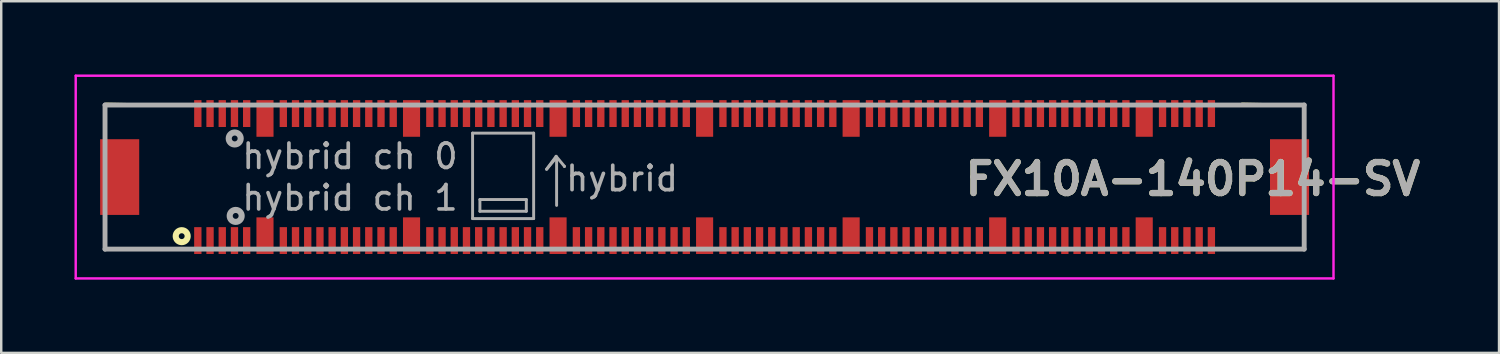
<source format=kicad_pcb>
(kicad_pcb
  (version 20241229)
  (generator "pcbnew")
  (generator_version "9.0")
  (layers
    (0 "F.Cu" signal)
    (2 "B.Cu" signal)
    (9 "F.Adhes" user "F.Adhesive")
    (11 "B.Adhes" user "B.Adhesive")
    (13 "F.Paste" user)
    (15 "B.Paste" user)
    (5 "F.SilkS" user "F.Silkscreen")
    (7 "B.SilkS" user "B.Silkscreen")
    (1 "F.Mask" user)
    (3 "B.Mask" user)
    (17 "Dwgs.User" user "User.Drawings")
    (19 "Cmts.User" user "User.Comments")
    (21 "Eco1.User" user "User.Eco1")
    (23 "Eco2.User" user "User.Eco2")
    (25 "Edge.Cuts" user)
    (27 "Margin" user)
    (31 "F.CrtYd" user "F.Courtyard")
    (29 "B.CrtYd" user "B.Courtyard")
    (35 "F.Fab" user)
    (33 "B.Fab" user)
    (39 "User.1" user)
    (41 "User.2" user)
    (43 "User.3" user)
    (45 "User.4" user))
  (footprint "FX10A-140P14-SV"
    (layer "F.Cu")
    (at 25.8 4.2)
    (property "Reference" "FX10A-140P14-SV" (at 19.99 0.08 0) (layer "F.SilkS") (effects (font (size 1.27 1.27) (thickness 0.254))))
    (attr through_hole)
    (fp_line (start -24.5 -3) (end -22 -2.95) (stroke (width 0.1) (type solid)) (layer "F.SilkS"))
    (fp_line (start -24.5 2.95) (end -22 2.95) (stroke (width 0.1) (type solid)) (layer "F.SilkS"))
    (fp_line (start 22 -3) (end 24.5 -2.95) (stroke (width 0.1) (type solid)) (layer "F.SilkS"))
    (fp_line (start 22 2.95) (end 24.55 2.95) (stroke (width 0.1) (type solid)) (layer "F.SilkS"))
    (fp_circle (center -21.41 2.42) (end -21.29 2.42) (stroke (width 0.25) (type solid)) (fill no) (layer "F.SilkS"))
    (fp_line (start -25.75 -4.15) (end 25.75 -4.15) (stroke (width 0.1) (type solid)) (layer "F.CrtYd"))
    (fp_line (start -25.75 4.15) (end -25.75 -4.15) (stroke (width 0.1) (type solid)) (layer "F.CrtYd"))
    (fp_line (start 25.75 -4.15) (end 25.75 4.15) (stroke (width 0.1) (type solid)) (layer "F.CrtYd"))
    (fp_line (start 25.75 4.15) (end -25.75 4.15) (stroke (width 0.1) (type solid)) (layer "F.CrtYd"))
    (fp_line (start -24.55 -2.95) (end 24.55 -2.95) (stroke (width 0.2) (type solid)) (layer "F.Fab"))
    (fp_line (start -24.55 2.95) (end -24.55 -2.95) (stroke (width 0.2) (type solid)) (layer "F.Fab"))
    (fp_line (start -9.5 -1.8) (end -9.5 1.7) (stroke (width 0.12) (type solid)) (layer "F.Fab"))
    (fp_line (start -9.5 -1.8) (end -7 -1.8) (stroke (width 0.12) (type solid)) (layer "F.Fab"))
    (fp_line (start -9.5 1.7) (end -7 1.7) (stroke (width 0.12) (type solid)) (layer "F.Fab"))
    (fp_line (start -9.2 0.92) (end -7.3 0.92) (stroke (width 0.12) (type solid)) (layer "F.Fab"))
    (fp_line (start -9.2 1.4) (end -9.2 0.92) (stroke (width 0.12) (type solid)) (layer "F.Fab"))
    (fp_line (start -7.3 0.92) (end -7.3 1.4) (stroke (width 0.12) (type solid)) (layer "F.Fab"))
    (fp_line (start -7.3 1.4) (end -9.2 1.4) (stroke (width 0.12) (type solid)) (layer "F.Fab"))
    (fp_line (start -7 -1.8) (end -7 1.7) (stroke (width 0.12) (type solid)) (layer "F.Fab"))
    (fp_line (start -6.47 -0.32) (end -6.08 -0.85) (stroke (width 0.12) (type solid)) (layer "F.Fab"))
    (fp_line (start -6.08 -0.85) (end -5.74 -0.44) (stroke (width 0.12) (type solid)) (layer "F.Fab"))
    (fp_line (start -6.06 -0.81) (end -6.47 -0.32) (stroke (width 0.12) (type solid)) (layer "F.Fab"))
    (fp_line (start -6.06 1.16) (end -6.06 -0.81) (stroke (width 0.12) (type solid)) (layer "F.Fab"))
    (fp_line (start -5.74 -0.44) (end -5.74 -0.43) (stroke (width 0.12) (type solid)) (layer "F.Fab"))
    (fp_line (start 24.55 -2.95) (end 24.55 2.95) (stroke (width 0.2) (type solid)) (layer "F.Fab"))
    (fp_line (start 24.55 2.95) (end -24.55 2.95) (stroke (width 0.2) (type solid)) (layer "F.Fab"))
    (fp_circle (center -19.24 -1.58) (end -19.12 -1.58) (stroke (width 0.25) (type solid)) (fill no) (layer "F.Fab"))
    (fp_circle (center -19.2 1.59) (end -19.08 1.59) (stroke (width 0.25) (type solid)) (fill no) (layer "F.Fab"))
    (fp_text user "hybrid ch 0" (at -14.52 -0.85 0) (layer "F.Fab") (effects (font (size 1 1) (thickness 0.15))))
    (fp_text user "hybrid ch 1" (at -14.52 0.85 0) (layer "F.Fab") (effects (font (size 1 1) (thickness 0.15))))
    (fp_text user "hybrid" (at -3.38 0.06 0) (layer "F.Fab") (effects (font (size 1 1) (thickness 0.15))))
    (fp_text user "${REFERENCE}" (at 19.99 0.08 0) (layer "F.Fab") (effects (font (size 1.27 1.27) (thickness 0.254))))
    (pad "" np_thru_hole circle (at -22.2 0) (size 0.001 0.001) (drill 1.15) (layers "*.Cu" "*.Mask"))
    (pad "" np_thru_hole circle (at 22.2 0) (size 0.001 0.001) (drill 1.25) (layers "*.Cu" "*.Mask"))
    (pad "1" smd rect (at -20.75 2.6) (size 0.3 1.1) (layers "F.Cu" "F.Mask" "F.Paste"))
    (pad "2" smd rect (at -20.75 -2.6) (size 0.3 1.1) (layers "F.Cu" "F.Mask" "F.Paste"))
    (pad "3" smd rect (at -20.25 2.6) (size 0.3 1.1) (layers "F.Cu" "F.Mask" "F.Paste"))
    (pad "4" smd rect (at -20.25 -2.6) (size 0.3 1.1) (layers "F.Cu" "F.Mask" "F.Paste"))
    (pad "5" smd rect (at -19.75 2.6) (size 0.3 1.1) (layers "F.Cu" "F.Mask" "F.Paste"))
    (pad "6" smd rect (at -19.75 -2.6) (size 0.3 1.1) (layers "F.Cu" "F.Mask" "F.Paste"))
    (pad "7" smd rect (at -19.25 2.6) (size 0.3 1.1) (layers "F.Cu" "F.Mask" "F.Paste"))
    (pad "8" smd rect (at -19.25 -2.6) (size 0.3 1.1) (layers "F.Cu" "F.Mask" "F.Paste"))
    (pad "9" smd rect (at -18.75 2.6) (size 0.3 1.1) (layers "F.Cu" "F.Mask" "F.Paste"))
    (pad "10" smd rect (at -18.75 -2.6) (size 0.3 1.1) (layers "F.Cu" "F.Mask" "F.Paste"))
    (pad "11" smd rect (at -17.25 2.6) (size 0.3 1.1) (layers "F.Cu" "F.Mask" "F.Paste"))
    (pad "12" smd rect (at -17.25 -2.6) (size 0.3 1.1) (layers "F.Cu" "F.Mask" "F.Paste"))
    (pad "13" smd rect (at -16.75 2.6) (size 0.3 1.1) (layers "F.Cu" "F.Mask" "F.Paste"))
    (pad "14" smd rect (at -16.75 -2.6) (size 0.3 1.1) (layers "F.Cu" "F.Mask" "F.Paste"))
    (pad "15" smd rect (at -16.25 2.6) (size 0.3 1.1) (layers "F.Cu" "F.Mask" "F.Paste"))
    (pad "16" smd rect (at -16.25 -2.6) (size 0.3 1.1) (layers "F.Cu" "F.Mask" "F.Paste"))
    (pad "17" smd rect (at -15.75 2.6) (size 0.3 1.1) (layers "F.Cu" "F.Mask" "F.Paste"))
    (pad "18" smd rect (at -15.75 -2.6) (size 0.3 1.1) (layers "F.Cu" "F.Mask" "F.Paste"))
    (pad "19" smd rect (at -15.25 2.6) (size 0.3 1.1) (layers "F.Cu" "F.Mask" "F.Paste"))
    (pad "20" smd rect (at -15.25 -2.6) (size 0.3 1.1) (layers "F.Cu" "F.Mask" "F.Paste"))
    (pad "21" smd rect (at -14.75 2.6) (size 0.3 1.1) (layers "F.Cu" "F.Mask" "F.Paste"))
    (pad "22" smd rect (at -14.75 -2.6) (size 0.3 1.1) (layers "F.Cu" "F.Mask" "F.Paste"))
    (pad "23" smd rect (at -14.25 2.6) (size 0.3 1.1) (layers "F.Cu" "F.Mask" "F.Paste"))
    (pad "24" smd rect (at -14.25 -2.6) (size 0.3 1.1) (layers "F.Cu" "F.Mask" "F.Paste"))
    (pad "25" smd rect (at -13.75 2.6) (size 0.3 1.1) (layers "F.Cu" "F.Mask" "F.Paste"))
    (pad "26" smd rect (at -13.75 -2.6) (size 0.3 1.1) (layers "F.Cu" "F.Mask" "F.Paste"))
    (pad "27" smd rect (at -13.25 2.6) (size 0.3 1.1) (layers "F.Cu" "F.Mask" "F.Paste"))
    (pad "28" smd rect (at -13.25 -2.6) (size 0.3 1.1) (layers "F.Cu" "F.Mask" "F.Paste"))
    (pad "29" smd rect (at -12.75 2.6) (size 0.3 1.1) (layers "F.Cu" "F.Mask" "F.Paste"))
    (pad "30" smd rect (at -12.75 -2.6) (size 0.3 1.1) (layers "F.Cu" "F.Mask" "F.Paste"))
    (pad "31" smd rect (at -11.25 2.6) (size 0.3 1.1) (layers "F.Cu" "F.Mask" "F.Paste"))
    (pad "32" smd rect (at -11.25 -2.6) (size 0.3 1.1) (layers "F.Cu" "F.Mask" "F.Paste"))
    (pad "33" smd rect (at -10.75 2.6) (size 0.3 1.1) (layers "F.Cu" "F.Mask" "F.Paste"))
    (pad "34" smd rect (at -10.75 -2.6) (size 0.3 1.1) (layers "F.Cu" "F.Mask" "F.Paste"))
    (pad "35" smd rect (at -10.25 2.6) (size 0.3 1.1) (layers "F.Cu" "F.Mask" "F.Paste"))
    (pad "36" smd rect (at -10.25 -2.6) (size 0.3 1.1) (layers "F.Cu" "F.Mask" "F.Paste"))
    (pad "37" smd rect (at -9.75 2.6) (size 0.3 1.1) (layers "F.Cu" "F.Mask" "F.Paste"))
    (pad "38" smd rect (at -9.75 -2.6) (size 0.3 1.1) (layers "F.Cu" "F.Mask" "F.Paste"))
    (pad "39" smd rect (at -9.25 2.6) (size 0.3 1.1) (layers "F.Cu" "F.Mask" "F.Paste"))
    (pad "40" smd rect (at -9.25 -2.6) (size 0.3 1.1) (layers "F.Cu" "F.Mask" "F.Paste"))
    (pad "41" smd rect (at -8.75 2.6) (size 0.3 1.1) (layers "F.Cu" "F.Mask" "F.Paste"))
    (pad "42" smd rect (at -8.75 -2.6) (size 0.3 1.1) (layers "F.Cu" "F.Mask" "F.Paste"))
    (pad "43" smd rect (at -8.25 2.6) (size 0.3 1.1) (layers "F.Cu" "F.Mask" "F.Paste"))
    (pad "44" smd rect (at -8.25 -2.6) (size 0.3 1.1) (layers "F.Cu" "F.Mask" "F.Paste"))
    (pad "45" smd rect (at -7.75 2.6) (size 0.3 1.1) (layers "F.Cu" "F.Mask" "F.Paste"))
    (pad "46" smd rect (at -7.75 -2.6) (size 0.3 1.1) (layers "F.Cu" "F.Mask" "F.Paste"))
    (pad "47" smd rect (at -7.25 2.6) (size 0.3 1.1) (layers "F.Cu" "F.Mask" "F.Paste"))
    (pad "48" smd rect (at -7.25 -2.6) (size 0.3 1.1) (layers "F.Cu" "F.Mask" "F.Paste"))
    (pad "49" smd rect (at -6.75 2.6) (size 0.3 1.1) (layers "F.Cu" "F.Mask" "F.Paste"))
    (pad "50" smd rect (at -6.75 -2.6) (size 0.3 1.1) (layers "F.Cu" "F.Mask" "F.Paste"))
    (pad "51" smd rect (at -5.25 2.6) (size 0.3 1.1) (layers "F.Cu" "F.Mask" "F.Paste"))
    (pad "52" smd rect (at -5.25 -2.6) (size 0.3 1.1) (layers "F.Cu" "F.Mask" "F.Paste"))
    (pad "53" smd rect (at -4.75 2.6) (size 0.3 1.1) (layers "F.Cu" "F.Mask" "F.Paste"))
    (pad "54" smd rect (at -4.75 -2.6) (size 0.3 1.1) (layers "F.Cu" "F.Mask" "F.Paste"))
    (pad "55" smd rect (at -4.25 2.6) (size 0.3 1.1) (layers "F.Cu" "F.Mask" "F.Paste"))
    (pad "56" smd rect (at -4.25 -2.6) (size 0.3 1.1) (layers "F.Cu" "F.Mask" "F.Paste"))
    (pad "57" smd rect (at -3.75 2.6) (size 0.3 1.1) (layers "F.Cu" "F.Mask" "F.Paste"))
    (pad "58" smd rect (at -3.75 -2.6) (size 0.3 1.1) (layers "F.Cu" "F.Mask" "F.Paste"))
    (pad "59" smd rect (at -3.25 2.6) (size 0.3 1.1) (layers "F.Cu" "F.Mask" "F.Paste"))
    (pad "60" smd rect (at -3.25 -2.6) (size 0.3 1.1) (layers "F.Cu" "F.Mask" "F.Paste"))
    (pad "61" smd rect (at -2.75 2.6) (size 0.3 1.1) (layers "F.Cu" "F.Mask" "F.Paste"))
    (pad "62" smd rect (at -2.75 -2.6) (size 0.3 1.1) (layers "F.Cu" "F.Mask" "F.Paste"))
    (pad "63" smd rect (at -2.25 2.6) (size 0.3 1.1) (layers "F.Cu" "F.Mask" "F.Paste"))
    (pad "64" smd rect (at -2.25 -2.6) (size 0.3 1.1) (layers "F.Cu" "F.Mask" "F.Paste"))
    (pad "65" smd rect (at -1.75 2.6) (size 0.3 1.1) (layers "F.Cu" "F.Mask" "F.Paste"))
    (pad "66" smd rect (at -1.75 -2.6) (size 0.3 1.1) (layers "F.Cu" "F.Mask" "F.Paste"))
    (pad "67" smd rect (at -1.25 2.6) (size 0.3 1.1) (layers "F.Cu" "F.Mask" "F.Paste"))
    (pad "68" smd rect (at -1.25 -2.6) (size 0.3 1.1) (layers "F.Cu" "F.Mask" "F.Paste"))
    (pad "69" smd rect (at -0.75 2.6) (size 0.3 1.1) (layers "F.Cu" "F.Mask" "F.Paste"))
    (pad "70" smd rect (at -0.75 -2.6) (size 0.3 1.1) (layers "F.Cu" "F.Mask" "F.Paste"))
    (pad "71" smd rect (at 0.75 2.6) (size 0.3 1.1) (layers "F.Cu" "F.Mask" "F.Paste"))
    (pad "72" smd rect (at 0.75 -2.6) (size 0.3 1.1) (layers "F.Cu" "F.Mask" "F.Paste"))
    (pad "73" smd rect (at 1.25 2.6) (size 0.3 1.1) (layers "F.Cu" "F.Mask" "F.Paste"))
    (pad "74" smd rect (at 1.25 -2.6) (size 0.3 1.1) (layers "F.Cu" "F.Mask" "F.Paste"))
    (pad "75" smd rect (at 1.75 2.6) (size 0.3 1.1) (layers "F.Cu" "F.Mask" "F.Paste"))
    (pad "76" smd rect (at 1.75 -2.6) (size 0.3 1.1) (layers "F.Cu" "F.Mask" "F.Paste"))
    (pad "77" smd rect (at 2.25 2.6) (size 0.3 1.1) (layers "F.Cu" "F.Mask" "F.Paste"))
    (pad "78" smd rect (at 2.25 -2.6) (size 0.3 1.1) (layers "F.Cu" "F.Mask" "F.Paste"))
    (pad "79" smd rect (at 2.75 2.6) (size 0.3 1.1) (layers "F.Cu" "F.Mask" "F.Paste"))
    (pad "80" smd rect (at 2.75 -2.6) (size 0.3 1.1) (layers "F.Cu" "F.Mask" "F.Paste"))
    (pad "81" smd rect (at 3.25 2.6) (size 0.3 1.1) (layers "F.Cu" "F.Mask" "F.Paste"))
    (pad "82" smd rect (at 3.25 -2.6) (size 0.3 1.1) (layers "F.Cu" "F.Mask" "F.Paste"))
    (pad "83" smd rect (at 3.75 2.6) (size 0.3 1.1) (layers "F.Cu" "F.Mask" "F.Paste"))
    (pad "84" smd rect (at 3.75 -2.6) (size 0.3 1.1) (layers "F.Cu" "F.Mask" "F.Paste"))
    (pad "85" smd rect (at 4.25 2.6) (size 0.3 1.1) (layers "F.Cu" "F.Mask" "F.Paste"))
    (pad "86" smd rect (at 4.25 -2.6) (size 0.3 1.1) (layers "F.Cu" "F.Mask" "F.Paste"))
    (pad "87" smd rect (at 4.75 2.6) (size 0.3 1.1) (layers "F.Cu" "F.Mask" "F.Paste"))
    (pad "88" smd rect (at 4.75 -2.6) (size 0.3 1.1) (layers "F.Cu" "F.Mask" "F.Paste"))
    (pad "89" smd rect (at 5.25 2.6) (size 0.3 1.1) (layers "F.Cu" "F.Mask" "F.Paste"))
    (pad "90" smd rect (at 5.25 -2.6) (size 0.3 1.1) (layers "F.Cu" "F.Mask" "F.Paste"))
    (pad "91" smd rect (at 6.75 2.6) (size 0.3 1.1) (layers "F.Cu" "F.Mask" "F.Paste"))
    (pad "92" smd rect (at 6.75 -2.6) (size 0.3 1.1) (layers "F.Cu" "F.Mask" "F.Paste"))
    (pad "93" smd rect (at 7.25 2.6) (size 0.3 1.1) (layers "F.Cu" "F.Mask" "F.Paste"))
    (pad "94" smd rect (at 7.25 -2.6) (size 0.3 1.1) (layers "F.Cu" "F.Mask" "F.Paste"))
    (pad "95" smd rect (at 7.75 2.6) (size 0.3 1.1) (layers "F.Cu" "F.Mask" "F.Paste"))
    (pad "96" smd rect (at 7.75 -2.6) (size 0.3 1.1) (layers "F.Cu" "F.Mask" "F.Paste"))
    (pad "97" smd rect (at 8.25 2.6) (size 0.3 1.1) (layers "F.Cu" "F.Mask" "F.Paste"))
    (pad "98" smd rect (at 8.25 -2.6) (size 0.3 1.1) (layers "F.Cu" "F.Mask" "F.Paste"))
    (pad "99" smd rect (at 8.75 2.6) (size 0.3 1.1) (layers "F.Cu" "F.Mask" "F.Paste"))
    (pad "100" smd rect (at 8.75 -2.6) (size 0.3 1.1) (layers "F.Cu" "F.Mask" "F.Paste"))
    (pad "101" smd rect (at 9.25 2.6) (size 0.3 1.1) (layers "F.Cu" "F.Mask" "F.Paste"))
    (pad "102" smd rect (at 9.25 -2.6) (size 0.3 1.1) (layers "F.Cu" "F.Mask" "F.Paste"))
    (pad "103" smd rect (at 9.75 2.6) (size 0.3 1.1) (layers "F.Cu" "F.Mask" "F.Paste"))
    (pad "104" smd rect (at 9.75 -2.6) (size 0.3 1.1) (layers "F.Cu" "F.Mask" "F.Paste"))
    (pad "105" smd rect (at 10.25 2.6) (size 0.3 1.1) (layers "F.Cu" "F.Mask" "F.Paste"))
    (pad "106" smd rect (at 10.25 -2.6) (size 0.3 1.1) (layers "F.Cu" "F.Mask" "F.Paste"))
    (pad "107" smd rect (at 10.75 2.6) (size 0.3 1.1) (layers "F.Cu" "F.Mask" "F.Paste"))
    (pad "108" smd rect (at 10.75 -2.6) (size 0.3 1.1) (layers "F.Cu" "F.Mask" "F.Paste"))
    (pad "109" smd rect (at 11.25 2.6) (size 0.3 1.1) (layers "F.Cu" "F.Mask" "F.Paste"))
    (pad "110" smd rect (at 11.25 -2.6) (size 0.3 1.1) (layers "F.Cu" "F.Mask" "F.Paste"))
    (pad "111" smd rect (at 12.75 2.6) (size 0.3 1.1) (layers "F.Cu" "F.Mask" "F.Paste"))
    (pad "112" smd rect (at 12.75 -2.6) (size 0.3 1.1) (layers "F.Cu" "F.Mask" "F.Paste"))
    (pad "113" smd rect (at 13.25 2.6) (size 0.3 1.1) (layers "F.Cu" "F.Mask" "F.Paste"))
    (pad "114" smd rect (at 13.25 -2.6) (size 0.3 1.1) (layers "F.Cu" "F.Mask" "F.Paste"))
    (pad "115" smd rect (at 13.75 2.6) (size 0.3 1.1) (layers "F.Cu" "F.Mask" "F.Paste"))
    (pad "116" smd rect (at 13.75 -2.6) (size 0.3 1.1) (layers "F.Cu" "F.Mask" "F.Paste"))
    (pad "117" smd rect (at 14.25 2.6) (size 0.3 1.1) (layers "F.Cu" "F.Mask" "F.Paste"))
    (pad "118" smd rect (at 14.25 -2.6) (size 0.3 1.1) (layers "F.Cu" "F.Mask" "F.Paste"))
    (pad "119" smd rect (at 14.75 2.6) (size 0.3 1.1) (layers "F.Cu" "F.Mask" "F.Paste"))
    (pad "120" smd rect (at 14.75 -2.6) (size 0.3 1.1) (layers "F.Cu" "F.Mask" "F.Paste"))
    (pad "121" smd rect (at 15.25 2.6) (size 0.3 1.1) (layers "F.Cu" "F.Mask" "F.Paste"))
    (pad "122" smd rect (at 15.25 -2.6) (size 0.3 1.1) (layers "F.Cu" "F.Mask" "F.Paste"))
    (pad "123" smd rect (at 15.75 2.6) (size 0.3 1.1) (layers "F.Cu" "F.Mask" "F.Paste"))
    (pad "124" smd rect (at 15.75 -2.6) (size 0.3 1.1) (layers "F.Cu" "F.Mask" "F.Paste"))
    (pad "125" smd rect (at 16.25 2.6) (size 0.3 1.1) (layers "F.Cu" "F.Mask" "F.Paste"))
    (pad "126" smd rect (at 16.25 -2.6) (size 0.3 1.1) (layers "F.Cu" "F.Mask" "F.Paste"))
    (pad "127" smd rect (at 16.75 2.6) (size 0.3 1.1) (layers "F.Cu" "F.Mask" "F.Paste"))
    (pad "128" smd rect (at 16.75 -2.6) (size 0.3 1.1) (layers "F.Cu" "F.Mask" "F.Paste"))
    (pad "129" smd rect (at 17.25 2.6) (size 0.3 1.1) (layers "F.Cu" "F.Mask" "F.Paste"))
    (pad "130" smd rect (at 17.25 -2.6) (size 0.3 1.1) (layers "F.Cu" "F.Mask" "F.Paste"))
    (pad "131" smd rect (at 18.75 2.6) (size 0.3 1.1) (layers "F.Cu" "F.Mask" "F.Paste"))
    (pad "132" smd rect (at 18.75 -2.6) (size 0.3 1.1) (layers "F.Cu" "F.Mask" "F.Paste"))
    (pad "133" smd rect (at 19.25 2.6) (size 0.3 1.1) (layers "F.Cu" "F.Mask" "F.Paste"))
    (pad "134" smd rect (at 19.25 -2.6) (size 0.3 1.1) (layers "F.Cu" "F.Mask" "F.Paste"))
    (pad "135" smd rect (at 19.75 2.6) (size 0.3 1.1) (layers "F.Cu" "F.Mask" "F.Paste"))
    (pad "136" smd rect (at 19.75 -2.6) (size 0.3 1.1) (layers "F.Cu" "F.Mask" "F.Paste"))
    (pad "137" smd rect (at 20.25 2.6) (size 0.3 1.1) (layers "F.Cu" "F.Mask" "F.Paste"))
    (pad "138" smd rect (at 20.25 -2.6) (size 0.3 1.1) (layers "F.Cu" "F.Mask" "F.Paste"))
    (pad "139" smd rect (at 20.75 2.6) (size 0.3 1.1) (layers "F.Cu" "F.Mask" "F.Paste"))
    (pad "140" smd rect (at 20.75 -2.6) (size 0.3 1.1) (layers "F.Cu" "F.Mask" "F.Paste"))
    (pad "141" smd rect (at -18 2.4) (size 0.7 1.5) (layers "F.Cu" "F.Mask" "F.Paste"))
    (pad "142" smd rect (at -18 -2.4) (size 0.7 1.5) (layers "F.Cu" "F.Mask" "F.Paste"))
    (pad "143" smd rect (at -12 2.4) (size 0.7 1.5) (layers "F.Cu" "F.Mask" "F.Paste"))
    (pad "144" smd rect (at -12 -2.4) (size 0.7 1.5) (layers "F.Cu" "F.Mask" "F.Paste"))
    (pad "145" smd rect (at -6 2.4) (size 0.7 1.5) (layers "F.Cu" "F.Mask" "F.Paste"))
    (pad "146" smd rect (at -6 -2.4) (size 0.7 1.5) (layers "F.Cu" "F.Mask" "F.Paste"))
    (pad "147" smd rect (at 0 2.4) (size 0.7 1.5) (layers "F.Cu" "F.Mask" "F.Paste"))
    (pad "148" smd rect (at 0 -2.4) (size 0.7 1.5) (layers "F.Cu" "F.Mask" "F.Paste"))
    (pad "149" smd rect (at 6 2.4) (size 0.7 1.5) (layers "F.Cu" "F.Mask" "F.Paste"))
    (pad "150" smd rect (at 6 -2.4) (size 0.7 1.5) (layers "F.Cu" "F.Mask" "F.Paste"))
    (pad "151" smd rect (at 12 2.4) (size 0.7 1.5) (layers "F.Cu" "F.Mask" "F.Paste"))
    (pad "152" smd rect (at 12 -2.4) (size 0.7 1.5) (layers "F.Cu" "F.Mask" "F.Paste"))
    (pad "153" smd rect (at 18 2.4) (size 0.7 1.5) (layers "F.Cu" "F.Mask" "F.Paste"))
    (pad "154" smd rect (at 18 -2.4) (size 0.7 1.5) (layers "F.Cu" "F.Mask" "F.Paste"))
    (pad "MP1" smd rect (at -23.95 0) (size 1.6 3.1) (layers "F.Cu" "F.Mask" "F.Paste"))
    (pad "MP2" smd rect (at 23.95 0) (size 1.6 3.1) (layers "F.Cu" "F.Mask" "F.Paste")))
  (gr_rect
    (start -3 -3)
    (end 58.327 11.4)
    (stroke (width 0.1) (type default))
    (fill no)
    (layer "Edge.Cuts")))
</source>
